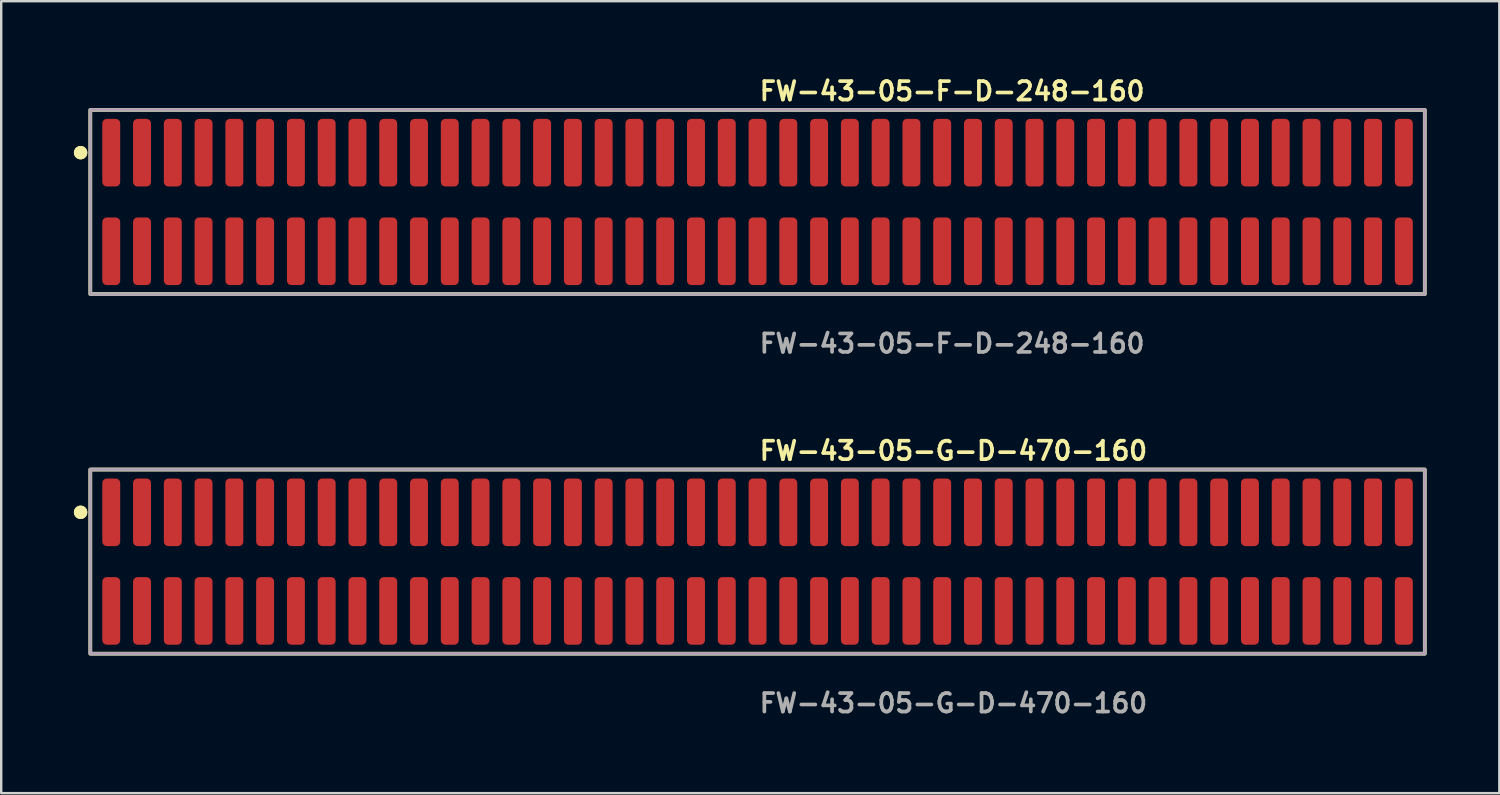
<source format=kicad_pcb>
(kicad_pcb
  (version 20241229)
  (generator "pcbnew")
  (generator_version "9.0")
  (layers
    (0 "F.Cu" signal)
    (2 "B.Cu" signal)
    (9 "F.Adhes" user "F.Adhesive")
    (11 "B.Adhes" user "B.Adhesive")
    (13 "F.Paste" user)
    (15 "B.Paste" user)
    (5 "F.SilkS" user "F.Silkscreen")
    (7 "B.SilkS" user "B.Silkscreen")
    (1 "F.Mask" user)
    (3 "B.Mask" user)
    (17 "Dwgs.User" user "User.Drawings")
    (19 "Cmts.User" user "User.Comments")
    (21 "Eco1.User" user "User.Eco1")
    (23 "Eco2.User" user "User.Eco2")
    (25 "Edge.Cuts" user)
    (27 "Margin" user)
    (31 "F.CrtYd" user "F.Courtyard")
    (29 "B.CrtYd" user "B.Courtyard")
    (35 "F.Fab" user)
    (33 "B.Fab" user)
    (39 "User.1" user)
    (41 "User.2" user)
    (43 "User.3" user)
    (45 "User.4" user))
  (footprint "FW-43-05-G-D-470-160"
    (layer "F.Cu")
    (at 28.211 20.126)
    (property "Reference" "FW-43-05-G-D-470-160" (at 0 -4.572 0) (unlocked yes) (layer "F.SilkS") (effects (font (size 0.762 0.762) (thickness 0.152)) (justify left)))
    (fp_rect (start -27.535 3.8) (end 27.535 -3.8) (stroke (width 0.152) (type solid)) (fill no) (layer "F.SilkS"))
    (fp_circle (center -27.935 -2.035) (end -28.135 -2.035) (stroke (width 0.152) (type solid)) (fill yes) (layer "F.SilkS"))
    (fp_circle (center -27.935 -2.035) (end -28.135 -2.035) (stroke (width 0.152) (type solid)) (fill yes) (layer "F.SilkS"))
    (fp_rect (start -27.535 3.8) (end 27.535 -3.8) (stroke (width 0.006) (type solid)) (fill no) (layer "F.CrtYd"))
    (fp_rect (start -27.535 3.8) (end 27.535 -3.8) (stroke (width 0.152) (type solid)) (fill no) (layer "F.Fab"))
    (fp_text user "${REFERENCE}" (at 0 5.842 0) (unlocked yes) (layer "F.Fab") (effects (font (size 0.762 0.762) (thickness 0.152)) (justify left)))
    (pad "1" smd roundrect (at -26.67 -2.035) (size 0.74 2.79) (layers "F.Cu" "F.Paste") (roundrect_rratio 0.25))
    (pad "2" smd roundrect (at -26.67 2.035) (size 0.74 2.79) (layers "F.Cu" "F.Paste") (roundrect_rratio 0.25))
    (pad "3" smd roundrect (at -25.4 -2.035) (size 0.74 2.79) (layers "F.Cu" "F.Paste") (roundrect_rratio 0.25))
    (pad "4" smd roundrect (at -25.4 2.035) (size 0.74 2.79) (layers "F.Cu" "F.Paste") (roundrect_rratio 0.25))
    (pad "5" smd roundrect (at -24.13 -2.035) (size 0.74 2.79) (layers "F.Cu" "F.Paste") (roundrect_rratio 0.25))
    (pad "6" smd roundrect (at -24.13 2.035) (size 0.74 2.79) (layers "F.Cu" "F.Paste") (roundrect_rratio 0.25))
    (pad "7" smd roundrect (at -22.86 -2.035) (size 0.74 2.79) (layers "F.Cu" "F.Paste") (roundrect_rratio 0.25))
    (pad "8" smd roundrect (at -22.86 2.035) (size 0.74 2.79) (layers "F.Cu" "F.Paste") (roundrect_rratio 0.25))
    (pad "9" smd roundrect (at -21.59 -2.035) (size 0.74 2.79) (layers "F.Cu" "F.Paste") (roundrect_rratio 0.25))
    (pad "10" smd roundrect (at -21.59 2.035) (size 0.74 2.79) (layers "F.Cu" "F.Paste") (roundrect_rratio 0.25))
    (pad "11" smd roundrect (at -20.32 -2.035) (size 0.74 2.79) (layers "F.Cu" "F.Paste") (roundrect_rratio 0.25))
    (pad "12" smd roundrect (at -20.32 2.035) (size 0.74 2.79) (layers "F.Cu" "F.Paste") (roundrect_rratio 0.25))
    (pad "13" smd roundrect (at -19.05 -2.035) (size 0.74 2.79) (layers "F.Cu" "F.Paste") (roundrect_rratio 0.25))
    (pad "14" smd roundrect (at -19.05 2.035) (size 0.74 2.79) (layers "F.Cu" "F.Paste") (roundrect_rratio 0.25))
    (pad "15" smd roundrect (at -17.78 -2.035) (size 0.74 2.79) (layers "F.Cu" "F.Paste") (roundrect_rratio 0.25))
    (pad "16" smd roundrect (at -17.78 2.035) (size 0.74 2.79) (layers "F.Cu" "F.Paste") (roundrect_rratio 0.25))
    (pad "17" smd roundrect (at -16.51 -2.035) (size 0.74 2.79) (layers "F.Cu" "F.Paste") (roundrect_rratio 0.25))
    (pad "18" smd roundrect (at -16.51 2.035) (size 0.74 2.79) (layers "F.Cu" "F.Paste") (roundrect_rratio 0.25))
    (pad "19" smd roundrect (at -15.24 -2.035) (size 0.74 2.79) (layers "F.Cu" "F.Paste") (roundrect_rratio 0.25))
    (pad "20" smd roundrect (at -15.24 2.035) (size 0.74 2.79) (layers "F.Cu" "F.Paste") (roundrect_rratio 0.25))
    (pad "21" smd roundrect (at -13.97 -2.035) (size 0.74 2.79) (layers "F.Cu" "F.Paste") (roundrect_rratio 0.25))
    (pad "22" smd roundrect (at -13.97 2.035) (size 0.74 2.79) (layers "F.Cu" "F.Paste") (roundrect_rratio 0.25))
    (pad "23" smd roundrect (at -12.7 -2.035) (size 0.74 2.79) (layers "F.Cu" "F.Paste") (roundrect_rratio 0.25))
    (pad "24" smd roundrect (at -12.7 2.035) (size 0.74 2.79) (layers "F.Cu" "F.Paste") (roundrect_rratio 0.25))
    (pad "25" smd roundrect (at -11.43 -2.035) (size 0.74 2.79) (layers "F.Cu" "F.Paste") (roundrect_rratio 0.25))
    (pad "26" smd roundrect (at -11.43 2.035) (size 0.74 2.79) (layers "F.Cu" "F.Paste") (roundrect_rratio 0.25))
    (pad "27" smd roundrect (at -10.16 -2.035) (size 0.74 2.79) (layers "F.Cu" "F.Paste") (roundrect_rratio 0.25))
    (pad "28" smd roundrect (at -10.16 2.035) (size 0.74 2.79) (layers "F.Cu" "F.Paste") (roundrect_rratio 0.25))
    (pad "29" smd roundrect (at -8.89 -2.035) (size 0.74 2.79) (layers "F.Cu" "F.Paste") (roundrect_rratio 0.25))
    (pad "30" smd roundrect (at -8.89 2.035) (size 0.74 2.79) (layers "F.Cu" "F.Paste") (roundrect_rratio 0.25))
    (pad "31" smd roundrect (at -7.62 -2.035) (size 0.74 2.79) (layers "F.Cu" "F.Paste") (roundrect_rratio 0.25))
    (pad "32" smd roundrect (at -7.62 2.035) (size 0.74 2.79) (layers "F.Cu" "F.Paste") (roundrect_rratio 0.25))
    (pad "33" smd roundrect (at -6.35 -2.035) (size 0.74 2.79) (layers "F.Cu" "F.Paste") (roundrect_rratio 0.25))
    (pad "34" smd roundrect (at -6.35 2.035) (size 0.74 2.79) (layers "F.Cu" "F.Paste") (roundrect_rratio 0.25))
    (pad "35" smd roundrect (at -5.08 -2.035) (size 0.74 2.79) (layers "F.Cu" "F.Paste") (roundrect_rratio 0.25))
    (pad "36" smd roundrect (at -5.08 2.035) (size 0.74 2.79) (layers "F.Cu" "F.Paste") (roundrect_rratio 0.25))
    (pad "37" smd roundrect (at -3.81 -2.035) (size 0.74 2.79) (layers "F.Cu" "F.Paste") (roundrect_rratio 0.25))
    (pad "38" smd roundrect (at -3.81 2.035) (size 0.74 2.79) (layers "F.Cu" "F.Paste") (roundrect_rratio 0.25))
    (pad "39" smd roundrect (at -2.54 -2.035) (size 0.74 2.79) (layers "F.Cu" "F.Paste") (roundrect_rratio 0.25))
    (pad "40" smd roundrect (at -2.54 2.035) (size 0.74 2.79) (layers "F.Cu" "F.Paste") (roundrect_rratio 0.25))
    (pad "41" smd roundrect (at -1.27 -2.035) (size 0.74 2.79) (layers "F.Cu" "F.Paste") (roundrect_rratio 0.25))
    (pad "42" smd roundrect (at -1.27 2.035) (size 0.74 2.79) (layers "F.Cu" "F.Paste") (roundrect_rratio 0.25))
    (pad "43" smd roundrect (at 0 -2.035) (size 0.74 2.79) (layers "F.Cu" "F.Paste") (roundrect_rratio 0.25))
    (pad "44" smd roundrect (at 0 2.035) (size 0.74 2.79) (layers "F.Cu" "F.Paste") (roundrect_rratio 0.25))
    (pad "45" smd roundrect (at 1.27 -2.035) (size 0.74 2.79) (layers "F.Cu" "F.Paste") (roundrect_rratio 0.25))
    (pad "46" smd roundrect (at 1.27 2.035) (size 0.74 2.79) (layers "F.Cu" "F.Paste") (roundrect_rratio 0.25))
    (pad "47" smd roundrect (at 2.54 -2.035) (size 0.74 2.79) (layers "F.Cu" "F.Paste") (roundrect_rratio 0.25))
    (pad "48" smd roundrect (at 2.54 2.035) (size 0.74 2.79) (layers "F.Cu" "F.Paste") (roundrect_rratio 0.25))
    (pad "49" smd roundrect (at 3.81 -2.035) (size 0.74 2.79) (layers "F.Cu" "F.Paste") (roundrect_rratio 0.25))
    (pad "50" smd roundrect (at 3.81 2.035) (size 0.74 2.79) (layers "F.Cu" "F.Paste") (roundrect_rratio 0.25))
    (pad "51" smd roundrect (at 5.08 -2.035) (size 0.74 2.79) (layers "F.Cu" "F.Paste") (roundrect_rratio 0.25))
    (pad "52" smd roundrect (at 5.08 2.035) (size 0.74 2.79) (layers "F.Cu" "F.Paste") (roundrect_rratio 0.25))
    (pad "53" smd roundrect (at 6.35 -2.035) (size 0.74 2.79) (layers "F.Cu" "F.Paste") (roundrect_rratio 0.25))
    (pad "54" smd roundrect (at 6.35 2.035) (size 0.74 2.79) (layers "F.Cu" "F.Paste") (roundrect_rratio 0.25))
    (pad "55" smd roundrect (at 7.62 -2.035) (size 0.74 2.79) (layers "F.Cu" "F.Paste") (roundrect_rratio 0.25))
    (pad "56" smd roundrect (at 7.62 2.035) (size 0.74 2.79) (layers "F.Cu" "F.Paste") (roundrect_rratio 0.25))
    (pad "57" smd roundrect (at 8.89 -2.035) (size 0.74 2.79) (layers "F.Cu" "F.Paste") (roundrect_rratio 0.25))
    (pad "58" smd roundrect (at 8.89 2.035) (size 0.74 2.79) (layers "F.Cu" "F.Paste") (roundrect_rratio 0.25))
    (pad "59" smd roundrect (at 10.16 -2.035) (size 0.74 2.79) (layers "F.Cu" "F.Paste") (roundrect_rratio 0.25))
    (pad "60" smd roundrect (at 10.16 2.035) (size 0.74 2.79) (layers "F.Cu" "F.Paste") (roundrect_rratio 0.25))
    (pad "61" smd roundrect (at 11.43 -2.035) (size 0.74 2.79) (layers "F.Cu" "F.Paste") (roundrect_rratio 0.25))
    (pad "62" smd roundrect (at 11.43 2.035) (size 0.74 2.79) (layers "F.Cu" "F.Paste") (roundrect_rratio 0.25))
    (pad "63" smd roundrect (at 12.7 -2.035) (size 0.74 2.79) (layers "F.Cu" "F.Paste") (roundrect_rratio 0.25))
    (pad "64" smd roundrect (at 12.7 2.035) (size 0.74 2.79) (layers "F.Cu" "F.Paste") (roundrect_rratio 0.25))
    (pad "65" smd roundrect (at 13.97 -2.035) (size 0.74 2.79) (layers "F.Cu" "F.Paste") (roundrect_rratio 0.25))
    (pad "66" smd roundrect (at 13.97 2.035) (size 0.74 2.79) (layers "F.Cu" "F.Paste") (roundrect_rratio 0.25))
    (pad "67" smd roundrect (at 15.24 -2.035) (size 0.74 2.79) (layers "F.Cu" "F.Paste") (roundrect_rratio 0.25))
    (pad "68" smd roundrect (at 15.24 2.035) (size 0.74 2.79) (layers "F.Cu" "F.Paste") (roundrect_rratio 0.25))
    (pad "69" smd roundrect (at 16.51 -2.035) (size 0.74 2.79) (layers "F.Cu" "F.Paste") (roundrect_rratio 0.25))
    (pad "70" smd roundrect (at 16.51 2.035) (size 0.74 2.79) (layers "F.Cu" "F.Paste") (roundrect_rratio 0.25))
    (pad "71" smd roundrect (at 17.78 -2.035) (size 0.74 2.79) (layers "F.Cu" "F.Paste") (roundrect_rratio 0.25))
    (pad "72" smd roundrect (at 17.78 2.035) (size 0.74 2.79) (layers "F.Cu" "F.Paste") (roundrect_rratio 0.25))
    (pad "73" smd roundrect (at 19.05 -2.035) (size 0.74 2.79) (layers "F.Cu" "F.Paste") (roundrect_rratio 0.25))
    (pad "74" smd roundrect (at 19.05 2.035) (size 0.74 2.79) (layers "F.Cu" "F.Paste") (roundrect_rratio 0.25))
    (pad "75" smd roundrect (at 20.32 -2.035) (size 0.74 2.79) (layers "F.Cu" "F.Paste") (roundrect_rratio 0.25))
    (pad "76" smd roundrect (at 20.32 2.035) (size 0.74 2.79) (layers "F.Cu" "F.Paste") (roundrect_rratio 0.25))
    (pad "77" smd roundrect (at 21.59 -2.035) (size 0.74 2.79) (layers "F.Cu" "F.Paste") (roundrect_rratio 0.25))
    (pad "78" smd roundrect (at 21.59 2.035) (size 0.74 2.79) (layers "F.Cu" "F.Paste") (roundrect_rratio 0.25))
    (pad "79" smd roundrect (at 22.86 -2.035) (size 0.74 2.79) (layers "F.Cu" "F.Paste") (roundrect_rratio 0.25))
    (pad "80" smd roundrect (at 22.86 2.035) (size 0.74 2.79) (layers "F.Cu" "F.Paste") (roundrect_rratio 0.25))
    (pad "81" smd roundrect (at 24.13 -2.035) (size 0.74 2.79) (layers "F.Cu" "F.Paste") (roundrect_rratio 0.25))
    (pad "82" smd roundrect (at 24.13 2.035) (size 0.74 2.79) (layers "F.Cu" "F.Paste") (roundrect_rratio 0.25))
    (pad "83" smd roundrect (at 25.4 -2.035) (size 0.74 2.79) (layers "F.Cu" "F.Paste") (roundrect_rratio 0.25))
    (pad "84" smd roundrect (at 25.4 2.035) (size 0.74 2.79) (layers "F.Cu" "F.Paste") (roundrect_rratio 0.25))
    (pad "85" smd roundrect (at 26.67 -2.035) (size 0.74 2.79) (layers "F.Cu" "F.Paste") (roundrect_rratio 0.25))
    (pad "86" smd roundrect (at 26.67 2.035) (size 0.74 2.79) (layers "F.Cu" "F.Paste") (roundrect_rratio 0.25)))
  (footprint "FW-43-05-F-D-248-160"
    (layer "F.Cu")
    (at 28.211 5.285)
    (property "Reference" "FW-43-05-F-D-248-160" (at 0 -4.572 0) (unlocked yes) (layer "F.SilkS") (effects (font (size 0.762 0.762) (thickness 0.152)) (justify left)))
    (fp_rect (start -27.535 3.8) (end 27.535 -3.8) (stroke (width 0.152) (type solid)) (fill no) (layer "F.SilkS"))
    (fp_circle (center -27.935 -2.035) (end -28.135 -2.035) (stroke (width 0.152) (type solid)) (fill yes) (layer "F.SilkS"))
    (fp_circle (center -27.935 -2.035) (end -28.135 -2.035) (stroke (width 0.152) (type solid)) (fill yes) (layer "F.SilkS"))
    (fp_rect (start -27.535 3.8) (end 27.535 -3.8) (stroke (width 0.006) (type solid)) (fill no) (layer "F.CrtYd"))
    (fp_rect (start -27.535 3.8) (end 27.535 -3.8) (stroke (width 0.152) (type solid)) (fill no) (layer "F.Fab"))
    (fp_text user "${REFERENCE}" (at 0 5.842 0) (unlocked yes) (layer "F.Fab") (effects (font (size 0.762 0.762) (thickness 0.152)) (justify left)))
    (pad "1" smd roundrect (at -26.67 -2.035) (size 0.74 2.79) (layers "F.Cu" "F.Paste") (roundrect_rratio 0.25))
    (pad "2" smd roundrect (at -26.67 2.035) (size 0.74 2.79) (layers "F.Cu" "F.Paste") (roundrect_rratio 0.25))
    (pad "3" smd roundrect (at -25.4 -2.035) (size 0.74 2.79) (layers "F.Cu" "F.Paste") (roundrect_rratio 0.25))
    (pad "4" smd roundrect (at -25.4 2.035) (size 0.74 2.79) (layers "F.Cu" "F.Paste") (roundrect_rratio 0.25))
    (pad "5" smd roundrect (at -24.13 -2.035) (size 0.74 2.79) (layers "F.Cu" "F.Paste") (roundrect_rratio 0.25))
    (pad "6" smd roundrect (at -24.13 2.035) (size 0.74 2.79) (layers "F.Cu" "F.Paste") (roundrect_rratio 0.25))
    (pad "7" smd roundrect (at -22.86 -2.035) (size 0.74 2.79) (layers "F.Cu" "F.Paste") (roundrect_rratio 0.25))
    (pad "8" smd roundrect (at -22.86 2.035) (size 0.74 2.79) (layers "F.Cu" "F.Paste") (roundrect_rratio 0.25))
    (pad "9" smd roundrect (at -21.59 -2.035) (size 0.74 2.79) (layers "F.Cu" "F.Paste") (roundrect_rratio 0.25))
    (pad "10" smd roundrect (at -21.59 2.035) (size 0.74 2.79) (layers "F.Cu" "F.Paste") (roundrect_rratio 0.25))
    (pad "11" smd roundrect (at -20.32 -2.035) (size 0.74 2.79) (layers "F.Cu" "F.Paste") (roundrect_rratio 0.25))
    (pad "12" smd roundrect (at -20.32 2.035) (size 0.74 2.79) (layers "F.Cu" "F.Paste") (roundrect_rratio 0.25))
    (pad "13" smd roundrect (at -19.05 -2.035) (size 0.74 2.79) (layers "F.Cu" "F.Paste") (roundrect_rratio 0.25))
    (pad "14" smd roundrect (at -19.05 2.035) (size 0.74 2.79) (layers "F.Cu" "F.Paste") (roundrect_rratio 0.25))
    (pad "15" smd roundrect (at -17.78 -2.035) (size 0.74 2.79) (layers "F.Cu" "F.Paste") (roundrect_rratio 0.25))
    (pad "16" smd roundrect (at -17.78 2.035) (size 0.74 2.79) (layers "F.Cu" "F.Paste") (roundrect_rratio 0.25))
    (pad "17" smd roundrect (at -16.51 -2.035) (size 0.74 2.79) (layers "F.Cu" "F.Paste") (roundrect_rratio 0.25))
    (pad "18" smd roundrect (at -16.51 2.035) (size 0.74 2.79) (layers "F.Cu" "F.Paste") (roundrect_rratio 0.25))
    (pad "19" smd roundrect (at -15.24 -2.035) (size 0.74 2.79) (layers "F.Cu" "F.Paste") (roundrect_rratio 0.25))
    (pad "20" smd roundrect (at -15.24 2.035) (size 0.74 2.79) (layers "F.Cu" "F.Paste") (roundrect_rratio 0.25))
    (pad "21" smd roundrect (at -13.97 -2.035) (size 0.74 2.79) (layers "F.Cu" "F.Paste") (roundrect_rratio 0.25))
    (pad "22" smd roundrect (at -13.97 2.035) (size 0.74 2.79) (layers "F.Cu" "F.Paste") (roundrect_rratio 0.25))
    (pad "23" smd roundrect (at -12.7 -2.035) (size 0.74 2.79) (layers "F.Cu" "F.Paste") (roundrect_rratio 0.25))
    (pad "24" smd roundrect (at -12.7 2.035) (size 0.74 2.79) (layers "F.Cu" "F.Paste") (roundrect_rratio 0.25))
    (pad "25" smd roundrect (at -11.43 -2.035) (size 0.74 2.79) (layers "F.Cu" "F.Paste") (roundrect_rratio 0.25))
    (pad "26" smd roundrect (at -11.43 2.035) (size 0.74 2.79) (layers "F.Cu" "F.Paste") (roundrect_rratio 0.25))
    (pad "27" smd roundrect (at -10.16 -2.035) (size 0.74 2.79) (layers "F.Cu" "F.Paste") (roundrect_rratio 0.25))
    (pad "28" smd roundrect (at -10.16 2.035) (size 0.74 2.79) (layers "F.Cu" "F.Paste") (roundrect_rratio 0.25))
    (pad "29" smd roundrect (at -8.89 -2.035) (size 0.74 2.79) (layers "F.Cu" "F.Paste") (roundrect_rratio 0.25))
    (pad "30" smd roundrect (at -8.89 2.035) (size 0.74 2.79) (layers "F.Cu" "F.Paste") (roundrect_rratio 0.25))
    (pad "31" smd roundrect (at -7.62 -2.035) (size 0.74 2.79) (layers "F.Cu" "F.Paste") (roundrect_rratio 0.25))
    (pad "32" smd roundrect (at -7.62 2.035) (size 0.74 2.79) (layers "F.Cu" "F.Paste") (roundrect_rratio 0.25))
    (pad "33" smd roundrect (at -6.35 -2.035) (size 0.74 2.79) (layers "F.Cu" "F.Paste") (roundrect_rratio 0.25))
    (pad "34" smd roundrect (at -6.35 2.035) (size 0.74 2.79) (layers "F.Cu" "F.Paste") (roundrect_rratio 0.25))
    (pad "35" smd roundrect (at -5.08 -2.035) (size 0.74 2.79) (layers "F.Cu" "F.Paste") (roundrect_rratio 0.25))
    (pad "36" smd roundrect (at -5.08 2.035) (size 0.74 2.79) (layers "F.Cu" "F.Paste") (roundrect_rratio 0.25))
    (pad "37" smd roundrect (at -3.81 -2.035) (size 0.74 2.79) (layers "F.Cu" "F.Paste") (roundrect_rratio 0.25))
    (pad "38" smd roundrect (at -3.81 2.035) (size 0.74 2.79) (layers "F.Cu" "F.Paste") (roundrect_rratio 0.25))
    (pad "39" smd roundrect (at -2.54 -2.035) (size 0.74 2.79) (layers "F.Cu" "F.Paste") (roundrect_rratio 0.25))
    (pad "40" smd roundrect (at -2.54 2.035) (size 0.74 2.79) (layers "F.Cu" "F.Paste") (roundrect_rratio 0.25))
    (pad "41" smd roundrect (at -1.27 -2.035) (size 0.74 2.79) (layers "F.Cu" "F.Paste") (roundrect_rratio 0.25))
    (pad "42" smd roundrect (at -1.27 2.035) (size 0.74 2.79) (layers "F.Cu" "F.Paste") (roundrect_rratio 0.25))
    (pad "43" smd roundrect (at 0 -2.035) (size 0.74 2.79) (layers "F.Cu" "F.Paste") (roundrect_rratio 0.25))
    (pad "44" smd roundrect (at 0 2.035) (size 0.74 2.79) (layers "F.Cu" "F.Paste") (roundrect_rratio 0.25))
    (pad "45" smd roundrect (at 1.27 -2.035) (size 0.74 2.79) (layers "F.Cu" "F.Paste") (roundrect_rratio 0.25))
    (pad "46" smd roundrect (at 1.27 2.035) (size 0.74 2.79) (layers "F.Cu" "F.Paste") (roundrect_rratio 0.25))
    (pad "47" smd roundrect (at 2.54 -2.035) (size 0.74 2.79) (layers "F.Cu" "F.Paste") (roundrect_rratio 0.25))
    (pad "48" smd roundrect (at 2.54 2.035) (size 0.74 2.79) (layers "F.Cu" "F.Paste") (roundrect_rratio 0.25))
    (pad "49" smd roundrect (at 3.81 -2.035) (size 0.74 2.79) (layers "F.Cu" "F.Paste") (roundrect_rratio 0.25))
    (pad "50" smd roundrect (at 3.81 2.035) (size 0.74 2.79) (layers "F.Cu" "F.Paste") (roundrect_rratio 0.25))
    (pad "51" smd roundrect (at 5.08 -2.035) (size 0.74 2.79) (layers "F.Cu" "F.Paste") (roundrect_rratio 0.25))
    (pad "52" smd roundrect (at 5.08 2.035) (size 0.74 2.79) (layers "F.Cu" "F.Paste") (roundrect_rratio 0.25))
    (pad "53" smd roundrect (at 6.35 -2.035) (size 0.74 2.79) (layers "F.Cu" "F.Paste") (roundrect_rratio 0.25))
    (pad "54" smd roundrect (at 6.35 2.035) (size 0.74 2.79) (layers "F.Cu" "F.Paste") (roundrect_rratio 0.25))
    (pad "55" smd roundrect (at 7.62 -2.035) (size 0.74 2.79) (layers "F.Cu" "F.Paste") (roundrect_rratio 0.25))
    (pad "56" smd roundrect (at 7.62 2.035) (size 0.74 2.79) (layers "F.Cu" "F.Paste") (roundrect_rratio 0.25))
    (pad "57" smd roundrect (at 8.89 -2.035) (size 0.74 2.79) (layers "F.Cu" "F.Paste") (roundrect_rratio 0.25))
    (pad "58" smd roundrect (at 8.89 2.035) (size 0.74 2.79) (layers "F.Cu" "F.Paste") (roundrect_rratio 0.25))
    (pad "59" smd roundrect (at 10.16 -2.035) (size 0.74 2.79) (layers "F.Cu" "F.Paste") (roundrect_rratio 0.25))
    (pad "60" smd roundrect (at 10.16 2.035) (size 0.74 2.79) (layers "F.Cu" "F.Paste") (roundrect_rratio 0.25))
    (pad "61" smd roundrect (at 11.43 -2.035) (size 0.74 2.79) (layers "F.Cu" "F.Paste") (roundrect_rratio 0.25))
    (pad "62" smd roundrect (at 11.43 2.035) (size 0.74 2.79) (layers "F.Cu" "F.Paste") (roundrect_rratio 0.25))
    (pad "63" smd roundrect (at 12.7 -2.035) (size 0.74 2.79) (layers "F.Cu" "F.Paste") (roundrect_rratio 0.25))
    (pad "64" smd roundrect (at 12.7 2.035) (size 0.74 2.79) (layers "F.Cu" "F.Paste") (roundrect_rratio 0.25))
    (pad "65" smd roundrect (at 13.97 -2.035) (size 0.74 2.79) (layers "F.Cu" "F.Paste") (roundrect_rratio 0.25))
    (pad "66" smd roundrect (at 13.97 2.035) (size 0.74 2.79) (layers "F.Cu" "F.Paste") (roundrect_rratio 0.25))
    (pad "67" smd roundrect (at 15.24 -2.035) (size 0.74 2.79) (layers "F.Cu" "F.Paste") (roundrect_rratio 0.25))
    (pad "68" smd roundrect (at 15.24 2.035) (size 0.74 2.79) (layers "F.Cu" "F.Paste") (roundrect_rratio 0.25))
    (pad "69" smd roundrect (at 16.51 -2.035) (size 0.74 2.79) (layers "F.Cu" "F.Paste") (roundrect_rratio 0.25))
    (pad "70" smd roundrect (at 16.51 2.035) (size 0.74 2.79) (layers "F.Cu" "F.Paste") (roundrect_rratio 0.25))
    (pad "71" smd roundrect (at 17.78 -2.035) (size 0.74 2.79) (layers "F.Cu" "F.Paste") (roundrect_rratio 0.25))
    (pad "72" smd roundrect (at 17.78 2.035) (size 0.74 2.79) (layers "F.Cu" "F.Paste") (roundrect_rratio 0.25))
    (pad "73" smd roundrect (at 19.05 -2.035) (size 0.74 2.79) (layers "F.Cu" "F.Paste") (roundrect_rratio 0.25))
    (pad "74" smd roundrect (at 19.05 2.035) (size 0.74 2.79) (layers "F.Cu" "F.Paste") (roundrect_rratio 0.25))
    (pad "75" smd roundrect (at 20.32 -2.035) (size 0.74 2.79) (layers "F.Cu" "F.Paste") (roundrect_rratio 0.25))
    (pad "76" smd roundrect (at 20.32 2.035) (size 0.74 2.79) (layers "F.Cu" "F.Paste") (roundrect_rratio 0.25))
    (pad "77" smd roundrect (at 21.59 -2.035) (size 0.74 2.79) (layers "F.Cu" "F.Paste") (roundrect_rratio 0.25))
    (pad "78" smd roundrect (at 21.59 2.035) (size 0.74 2.79) (layers "F.Cu" "F.Paste") (roundrect_rratio 0.25))
    (pad "79" smd roundrect (at 22.86 -2.035) (size 0.74 2.79) (layers "F.Cu" "F.Paste") (roundrect_rratio 0.25))
    (pad "80" smd roundrect (at 22.86 2.035) (size 0.74 2.79) (layers "F.Cu" "F.Paste") (roundrect_rratio 0.25))
    (pad "81" smd roundrect (at 24.13 -2.035) (size 0.74 2.79) (layers "F.Cu" "F.Paste") (roundrect_rratio 0.25))
    (pad "82" smd roundrect (at 24.13 2.035) (size 0.74 2.79) (layers "F.Cu" "F.Paste") (roundrect_rratio 0.25))
    (pad "83" smd roundrect (at 25.4 -2.035) (size 0.74 2.79) (layers "F.Cu" "F.Paste") (roundrect_rratio 0.25))
    (pad "84" smd roundrect (at 25.4 2.035) (size 0.74 2.79) (layers "F.Cu" "F.Paste") (roundrect_rratio 0.25))
    (pad "85" smd roundrect (at 26.67 -2.035) (size 0.74 2.79) (layers "F.Cu" "F.Paste") (roundrect_rratio 0.25))
    (pad "86" smd roundrect (at 26.67 2.035) (size 0.74 2.79) (layers "F.Cu" "F.Paste") (roundrect_rratio 0.25)))
  (gr_rect
    (start -3 -3)
    (end 58.822 29.681)
    (stroke (width 0.1) (type default))
    (fill no)
    (layer "Edge.Cuts")))
</source>
